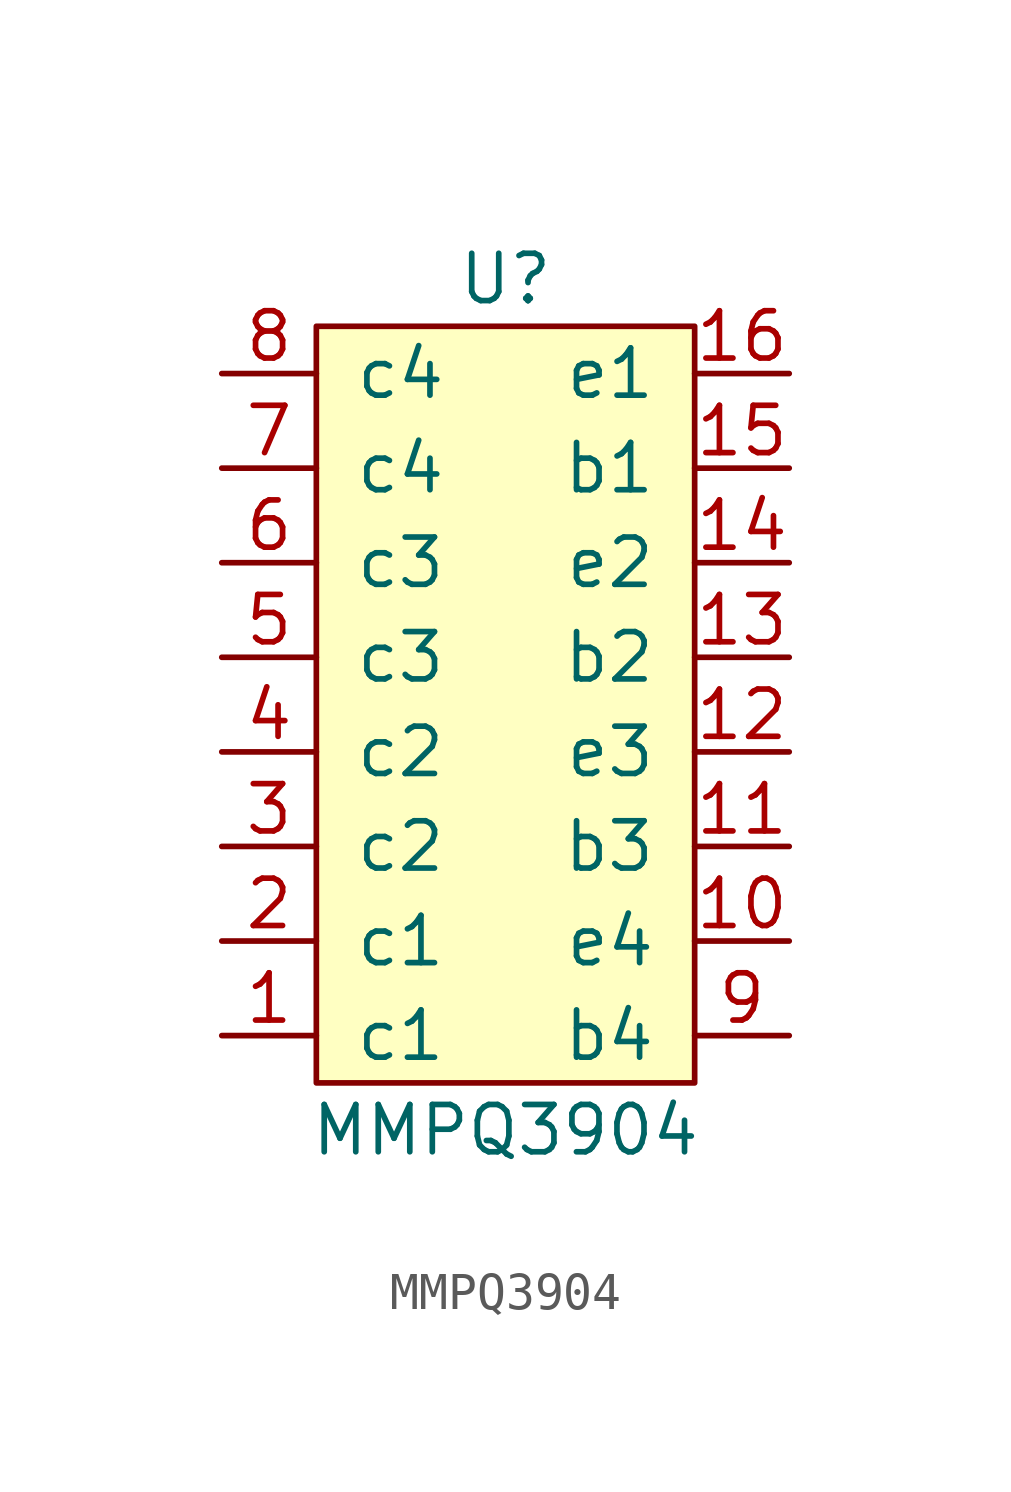
<source format=kicad_sym>
(kicad_symbol_lib
  (version 20211014)
  (generator kicad_symbol_editor)
  (symbol "MMPQ3904"
    (pin_names
      (offset 1.016))
    (property "Reference" "U"
      (at 0 10.16 0)
      (effects (font (size 1.27 1.27))))
    (property "Value" "MMPQ3904"
      (at 0 -12.7 0)
      (effects (font (size 1.27 1.27))))
    (symbol "MMPQ3904_0_1"
      (rectangle (start -5.08 8.89) (end 5.08 -11.43) (stroke (width 0) (type default) (color 0 0 0 0)) (fill (type background))))
    (symbol "MMPQ3904_1_1"
      (pin passive line (at -7.62 -10.16 0) (length 2.54) (name "c1" (effects (font (size 1.27 1.27)))) (number "1" (effects (font (size 1.27 1.27)))))
      (pin passive line (at 7.62 -7.62 180) (length 2.54) (name "e4" (effects (font (size 1.27 1.27)))) (number "10" (effects (font (size 1.27 1.27)))))
      (pin passive line (at 7.62 -5.08 180) (length 2.54) (name "b3" (effects (font (size 1.27 1.27)))) (number "11" (effects (font (size 1.27 1.27)))))
      (pin passive line (at 7.62 -2.54 180) (length 2.54) (name "e3" (effects (font (size 1.27 1.27)))) (number "12" (effects (font (size 1.27 1.27)))))
      (pin passive line (at 7.62 0 180) (length 2.54) (name "b2" (effects (font (size 1.27 1.27)))) (number "13" (effects (font (size 1.27 1.27)))))
      (pin passive line (at 7.62 2.54 180) (length 2.54) (name "e2" (effects (font (size 1.27 1.27)))) (number "14" (effects (font (size 1.27 1.27)))))
      (pin passive line (at 7.62 5.08 180) (length 2.54) (name "b1" (effects (font (size 1.27 1.27)))) (number "15" (effects (font (size 1.27 1.27)))))
      (pin passive line (at 7.62 7.62 180) (length 2.54) (name "e1" (effects (font (size 1.27 1.27)))) (number "16" (effects (font (size 1.27 1.27)))))
      (pin passive line (at -7.62 -7.62 0) (length 2.54) (name "c1" (effects (font (size 1.27 1.27)))) (number "2" (effects (font (size 1.27 1.27)))))
      (pin passive line (at -7.62 -5.08 0) (length 2.54) (name "c2" (effects (font (size 1.27 1.27)))) (number "3" (effects (font (size 1.27 1.27)))))
      (pin passive line (at -7.62 -2.54 0) (length 2.54) (name "c2" (effects (font (size 1.27 1.27)))) (number "4" (effects (font (size 1.27 1.27)))))
      (pin passive line (at -7.62 0 0) (length 2.54) (name "c3" (effects (font (size 1.27 1.27)))) (number "5" (effects (font (size 1.27 1.27)))))
      (pin passive line (at -7.62 2.54 0) (length 2.54) (name "c3" (effects (font (size 1.27 1.27)))) (number "6" (effects (font (size 1.27 1.27)))))
      (pin passive line (at -7.62 5.08 0) (length 2.54) (name "c4" (effects (font (size 1.27 1.27)))) (number "7" (effects (font (size 1.27 1.27)))))
      (pin passive line (at -7.62 7.62 0) (length 2.54) (name "c4" (effects (font (size 1.27 1.27)))) (number "8" (effects (font (size 1.27 1.27)))))
      (pin passive line (at 7.62 -10.16 180) (length 2.54) (name "b4" (effects (font (size 1.27 1.27)))) (number "9" (effects (font (size 1.27 1.27))))))))
</source>
